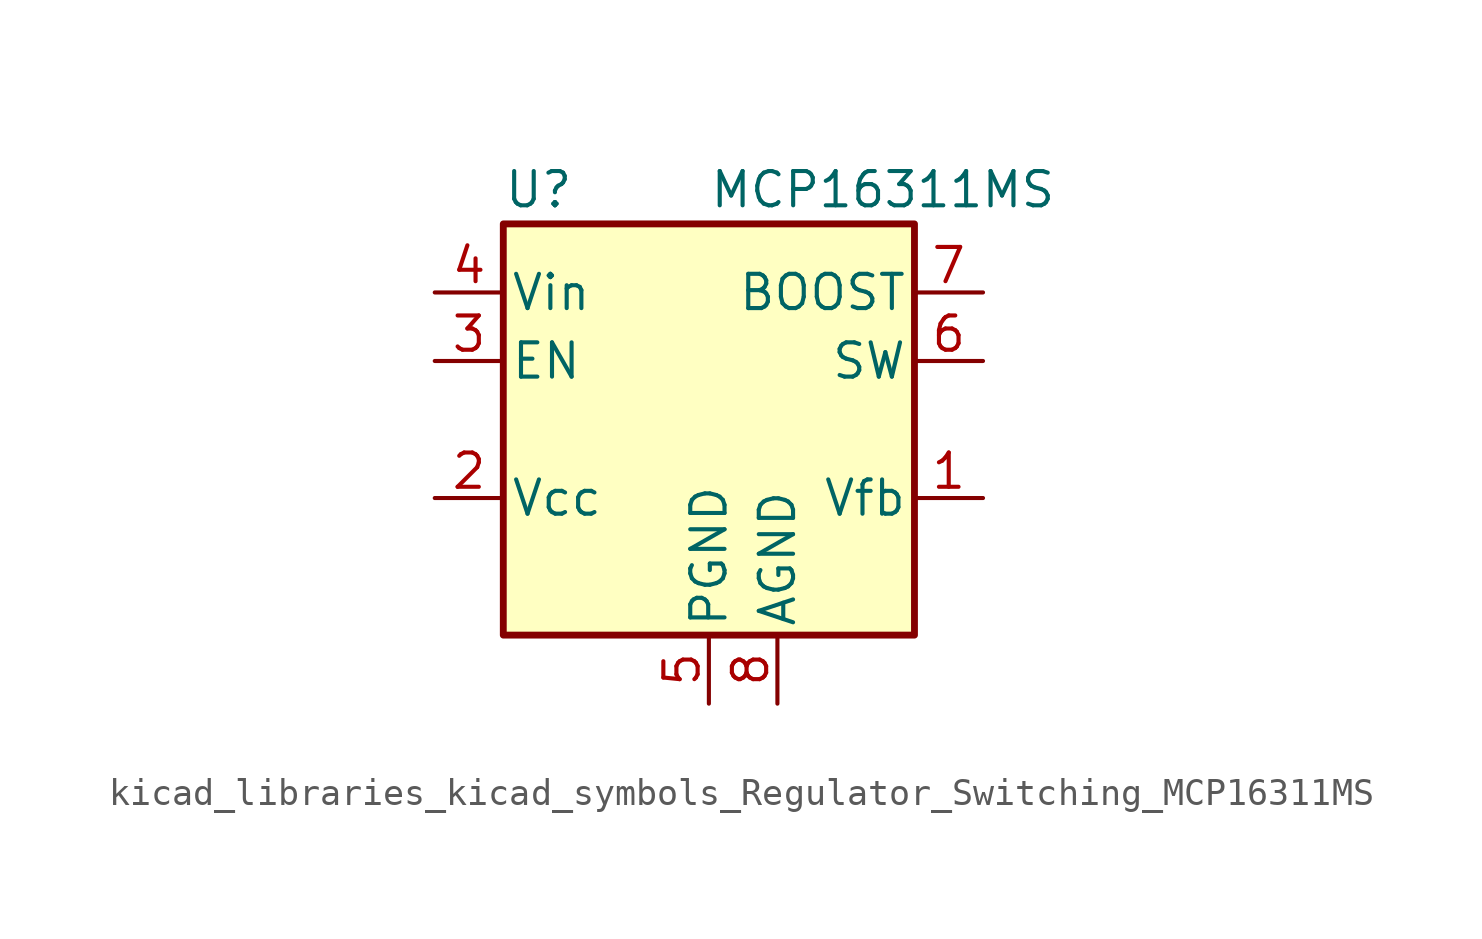
<source format=kicad_sym>
(kicad_symbol_lib
  (version 20220914)
  (generator kicad_symbol_editor)
  (symbol "kicad_libraries_kicad_symbols_Regulator_Switching_MCP16311MS"
    (pin_names
      (offset 0.254))
    (property "Reference" "U"
      (at -7.62 11.43 0)
      (effects (font (size 1.27 1.27)) (justify left)))
    (property "Value" "MCP16311MS"
      (at 0 11.43 0)
      (effects (font (size 1.27 1.27)) (justify left)))
    (symbol "kicad_libraries_kicad_symbols_Regulator_Switching_MCP16311MS_0_1"
      (rectangle (start -7.62 10.16) (end 7.62 -5.08) (stroke (width 0.254) (type default)) (fill (type background))))
    (symbol "kicad_libraries_kicad_symbols_Regulator_Switching_MCP16311MS_1_1"
      (pin input line (at 10.16 0 180) (length 2.54) (name "Vfb" (effects (font (size 1.27 1.27)))) (number "1" (effects (font (size 1.27 1.27)))))
      (pin power_out line (at -10.16 0 0) (length 2.54) (name "Vcc" (effects (font (size 1.27 1.27)))) (number "2" (effects (font (size 1.27 1.27)))))
      (pin input line (at -10.16 5.08 0) (length 2.54) (name "EN" (effects (font (size 1.27 1.27)))) (number "3" (effects (font (size 1.27 1.27)))))
      (pin power_in line (at -10.16 7.62 0) (length 2.54) (name "Vin" (effects (font (size 1.27 1.27)))) (number "4" (effects (font (size 1.27 1.27)))))
      (pin power_in line (at 0 -7.62 90) (length 2.54) (name "PGND" (effects (font (size 1.27 1.27)))) (number "5" (effects (font (size 1.27 1.27)))))
      (pin output line (at 10.16 5.08 180) (length 2.54) (name "SW" (effects (font (size 1.27 1.27)))) (number "6" (effects (font (size 1.27 1.27)))))
      (pin output line (at 10.16 7.62 180) (length 2.54) (name "BOOST" (effects (font (size 1.27 1.27)))) (number "7" (effects (font (size 1.27 1.27)))))
      (pin power_in line (at 2.54 -7.62 90) (length 2.54) (name "AGND" (effects (font (size 1.27 1.27)))) (number "8" (effects (font (size 1.27 1.27))))))))
</source>
